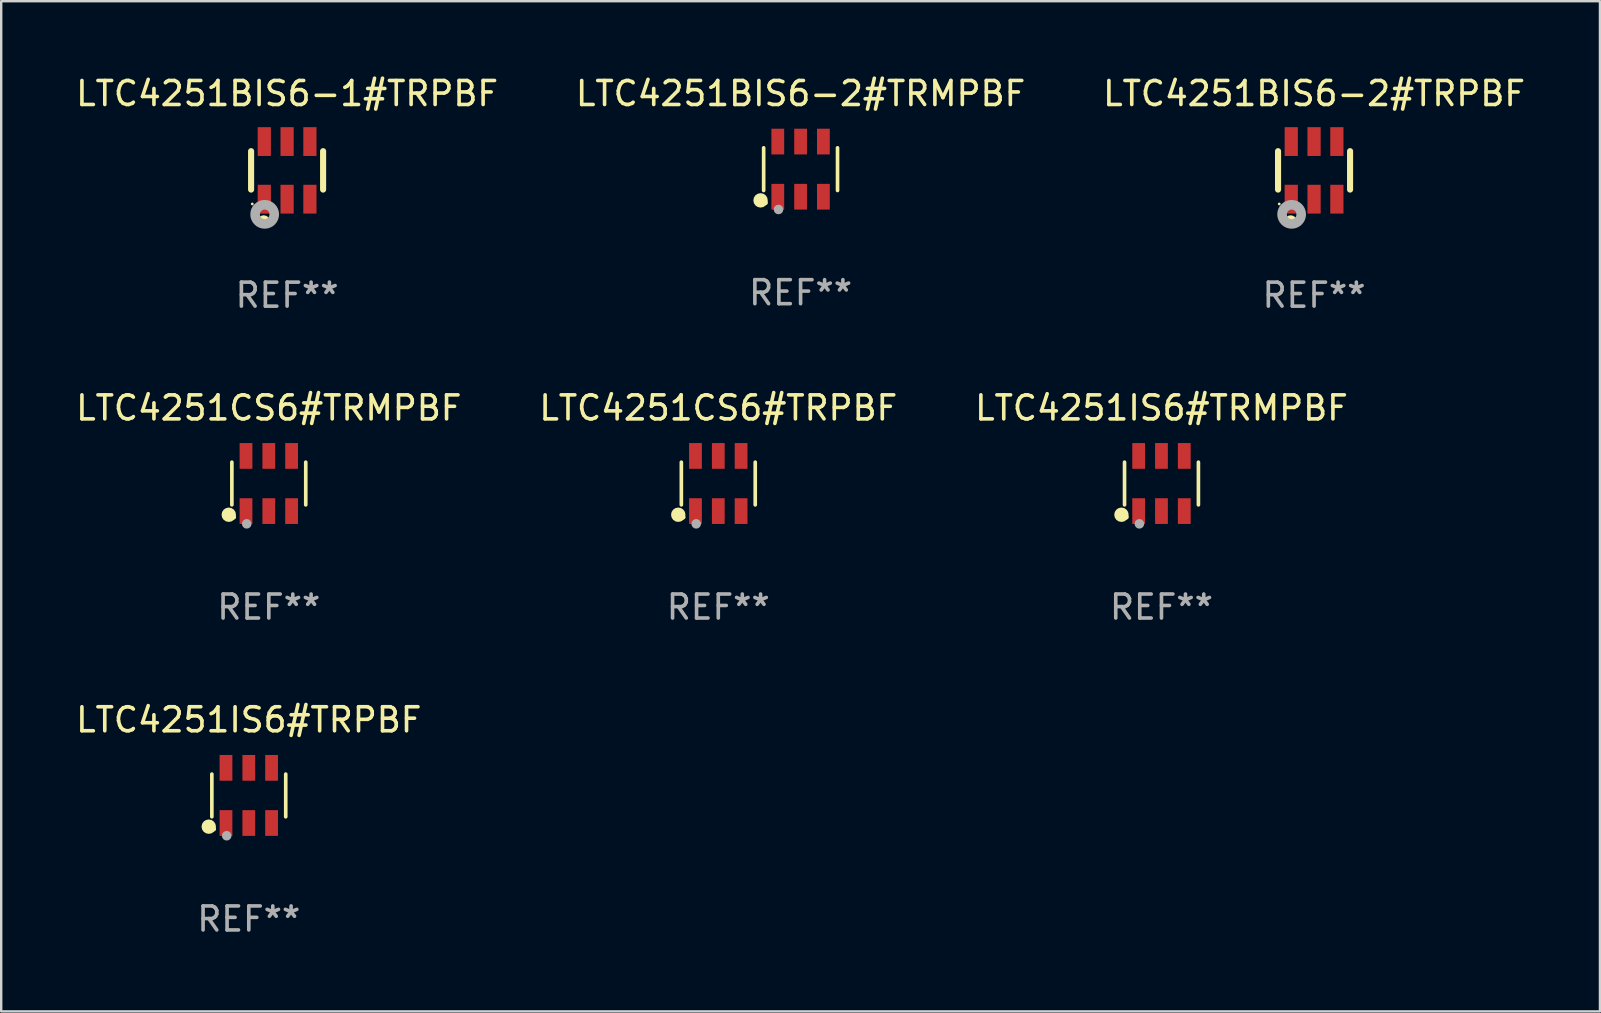
<source format=kicad_pcb>
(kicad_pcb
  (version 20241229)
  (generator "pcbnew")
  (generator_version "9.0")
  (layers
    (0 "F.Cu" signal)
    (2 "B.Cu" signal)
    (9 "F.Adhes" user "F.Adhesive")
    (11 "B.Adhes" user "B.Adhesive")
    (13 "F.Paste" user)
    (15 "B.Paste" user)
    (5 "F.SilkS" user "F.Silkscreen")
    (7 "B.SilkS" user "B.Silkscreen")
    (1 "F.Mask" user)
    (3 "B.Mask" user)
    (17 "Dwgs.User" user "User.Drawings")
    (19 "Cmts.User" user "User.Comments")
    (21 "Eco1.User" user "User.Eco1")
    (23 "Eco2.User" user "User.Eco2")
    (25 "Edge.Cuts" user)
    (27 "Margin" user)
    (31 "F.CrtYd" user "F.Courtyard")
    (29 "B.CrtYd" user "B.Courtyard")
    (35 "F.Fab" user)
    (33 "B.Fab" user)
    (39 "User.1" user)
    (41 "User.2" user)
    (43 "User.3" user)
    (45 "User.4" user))
  (footprint "LTC4251BIS6-2#TRMPBF"
    (layer "F.Cu")
    (at 30.304 3.997)
    (property "Reference" "LTC4251BIS6-2#TRMPBF" (at 0 -3.149 0) (layer "F.SilkS") (effects (font (size 1 1) (thickness 0.15))))
    (attr through_hole)
    (fp_line (start -1.539 0.889) (end -1.539 -0.889) (stroke (width 0.152) (type solid)) (layer "F.SilkS"))
    (fp_line (start 1.539 0.889) (end 1.539 -0.889) (stroke (width 0.152) (type solid)) (layer "F.SilkS"))
    (fp_circle (center -1.668 1.301) (end -1.518 1.301) (stroke (width 0.3) (type solid)) (fill no) (layer "F.SilkS"))
    (fp_circle (center -1.463 1.4) (end -1.413 1.4) (stroke (width 0.1) (type solid)) (fill no) (layer "F.SilkS"))
    (fp_circle (center -0.92 1.68) (end -0.82 1.68) (stroke (width 0.2) (type solid)) (fill no) (layer "F.Fab"))
    (fp_text user "REF**" (at 0 5.149 0) (layer "F.Fab") (effects (font (size 1 1) (thickness 0.15))))
    (pad "1" smd rect (at -0.95 1.149) (size 0.532 1.072) (layers "F.Cu" "F.Mask" "F.Paste"))
    (pad "2" smd rect (at 0 1.149) (size 0.532 1.072) (layers "F.Cu" "F.Mask" "F.Paste"))
    (pad "3" smd rect (at 0.95 1.149) (size 0.532 1.072) (layers "F.Cu" "F.Mask" "F.Paste"))
    (pad "4" smd rect (at 0.95 -1.149) (size 0.532 1.072) (layers "F.Cu" "F.Mask" "F.Paste"))
    (pad "5" smd rect (at 0 -1.149) (size 0.532 1.072) (layers "F.Cu" "F.Mask" "F.Paste"))
    (pad "6" smd rect (at -0.95 -1.149) (size 0.532 1.072) (layers "F.Cu" "F.Mask" "F.Paste")))
  (footprint "LTC4251BIS6-1#TRPBF"
    (layer "F.Cu")
    (at 8.911 4.048)
    (property "Reference" "LTC4251BIS6-1#TRPBF" (at 0 -3.2 0) (layer "F.SilkS") (effects (font (size 1 1) (thickness 0.15))))
    (attr through_hole)
    (fp_line (start -1.5 0.8) (end -1.5 -0.8) (stroke (width 0.254) (type solid)) (layer "F.SilkS"))
    (fp_line (start 1.5 -0.8) (end 1.5 0.8) (stroke (width 0.254) (type solid)) (layer "F.SilkS"))
    (fp_circle (center -1.45 1.4) (end -1.42 1.4) (stroke (width 0.06) (type solid)) (fill no) (layer "F.SilkS"))
    (fp_circle (center -0.975 2.125) (end -0.848 2.125) (stroke (width 0.254) (type solid)) (fill no) (layer "F.SilkS"))
    (fp_circle (center -0.934 1.832) (end -0.735 1.832) (stroke (width 0.4) (type solid)) (fill no) (layer "F.Fab"))
    (fp_text user "REF**" (at 0 5.2 0) (layer "F.Fab") (effects (font (size 1 1) (thickness 0.15))))
    (pad "1" smd rect (at -0.95 1.2) (size 0.55 1.2) (layers "F.Cu" "F.Mask" "F.Paste"))
    (pad "2" smd rect (at 0 1.2) (size 0.55 1.2) (layers "F.Cu" "F.Mask" "F.Paste"))
    (pad "3" smd rect (at 0.95 1.2) (size 0.55 1.2) (layers "F.Cu" "F.Mask" "F.Paste"))
    (pad "4" smd rect (at 0.95 -1.2) (size 0.55 1.2) (layers "F.Cu" "F.Mask" "F.Paste"))
    (pad "5" smd rect (at 0 -1.2) (size 0.55 1.2) (layers "F.Cu" "F.Mask" "F.Paste"))
    (pad "6" smd rect (at -0.95 -1.2) (size 0.55 1.2) (layers "F.Cu" "F.Mask" "F.Paste")))
  (footprint "LTC4251CS6#TRPBF"
    (layer "F.Cu")
    (at 26.875 17.094)
    (property "Reference" "LTC4251CS6#TRPBF" (at 0 -3.149 0) (layer "F.SilkS") (effects (font (size 1 1) (thickness 0.15))))
    (attr through_hole)
    (fp_line (start -1.539 0.889) (end -1.539 -0.889) (stroke (width 0.152) (type solid)) (layer "F.SilkS"))
    (fp_line (start 1.539 0.889) (end 1.539 -0.889) (stroke (width 0.152) (type solid)) (layer "F.SilkS"))
    (fp_circle (center -1.668 1.301) (end -1.518 1.301) (stroke (width 0.3) (type solid)) (fill no) (layer "F.SilkS"))
    (fp_circle (center -1.463 1.4) (end -1.413 1.4) (stroke (width 0.1) (type solid)) (fill no) (layer "F.SilkS"))
    (fp_circle (center -0.92 1.68) (end -0.82 1.68) (stroke (width 0.2) (type solid)) (fill no) (layer "F.Fab"))
    (fp_text user "REF**" (at 0 5.149 0) (layer "F.Fab") (effects (font (size 1 1) (thickness 0.15))))
    (pad "1" smd rect (at -0.95 1.149) (size 0.532 1.072) (layers "F.Cu" "F.Mask" "F.Paste"))
    (pad "2" smd rect (at 0 1.149) (size 0.532 1.072) (layers "F.Cu" "F.Mask" "F.Paste"))
    (pad "3" smd rect (at 0.95 1.149) (size 0.532 1.072) (layers "F.Cu" "F.Mask" "F.Paste"))
    (pad "4" smd rect (at 0.95 -1.149) (size 0.532 1.072) (layers "F.Cu" "F.Mask" "F.Paste"))
    (pad "5" smd rect (at 0 -1.149) (size 0.532 1.072) (layers "F.Cu" "F.Mask" "F.Paste"))
    (pad "6" smd rect (at -0.95 -1.149) (size 0.532 1.072) (layers "F.Cu" "F.Mask" "F.Paste")))
  (footprint "LTC4251BIS6-2#TRPBF"
    (layer "F.Cu")
    (at 51.696 4.048)
    (property "Reference" "LTC4251BIS6-2#TRPBF" (at 0 -3.2 0) (layer "F.SilkS") (effects (font (size 1 1) (thickness 0.15))))
    (attr through_hole)
    (fp_line (start -1.5 0.8) (end -1.5 -0.8) (stroke (width 0.254) (type solid)) (layer "F.SilkS"))
    (fp_line (start 1.5 -0.8) (end 1.5 0.8) (stroke (width 0.254) (type solid)) (layer "F.SilkS"))
    (fp_circle (center -1.45 1.4) (end -1.42 1.4) (stroke (width 0.06) (type solid)) (fill no) (layer "F.SilkS"))
    (fp_circle (center -0.975 2.125) (end -0.848 2.125) (stroke (width 0.254) (type solid)) (fill no) (layer "F.SilkS"))
    (fp_circle (center -0.934 1.832) (end -0.735 1.832) (stroke (width 0.4) (type solid)) (fill no) (layer "F.Fab"))
    (fp_text user "REF**" (at 0 5.2 0) (layer "F.Fab") (effects (font (size 1 1) (thickness 0.15))))
    (pad "1" smd rect (at -0.95 1.2) (size 0.55 1.2) (layers "F.Cu" "F.Mask" "F.Paste"))
    (pad "2" smd rect (at 0 1.2) (size 0.55 1.2) (layers "F.Cu" "F.Mask" "F.Paste"))
    (pad "3" smd rect (at 0.95 1.2) (size 0.55 1.2) (layers "F.Cu" "F.Mask" "F.Paste"))
    (pad "4" smd rect (at 0.95 -1.2) (size 0.55 1.2) (layers "F.Cu" "F.Mask" "F.Paste"))
    (pad "5" smd rect (at 0 -1.2) (size 0.55 1.2) (layers "F.Cu" "F.Mask" "F.Paste"))
    (pad "6" smd rect (at -0.95 -1.2) (size 0.55 1.2) (layers "F.Cu" "F.Mask" "F.Paste")))
  (footprint "LTC4251IS6#TRMPBF"
    (layer "F.Cu")
    (at 45.339 17.094)
    (property "Reference" "LTC4251IS6#TRMPBF" (at 0 -3.149 0) (layer "F.SilkS") (effects (font (size 1 1) (thickness 0.15))))
    (attr through_hole)
    (fp_line (start -1.539 0.889) (end -1.539 -0.889) (stroke (width 0.152) (type solid)) (layer "F.SilkS"))
    (fp_line (start 1.539 0.889) (end 1.539 -0.889) (stroke (width 0.152) (type solid)) (layer "F.SilkS"))
    (fp_circle (center -1.668 1.301) (end -1.518 1.301) (stroke (width 0.3) (type solid)) (fill no) (layer "F.SilkS"))
    (fp_circle (center -1.463 1.4) (end -1.413 1.4) (stroke (width 0.1) (type solid)) (fill no) (layer "F.SilkS"))
    (fp_circle (center -0.92 1.68) (end -0.82 1.68) (stroke (width 0.2) (type solid)) (fill no) (layer "F.Fab"))
    (fp_text user "REF**" (at 0 5.149 0) (layer "F.Fab") (effects (font (size 1 1) (thickness 0.15))))
    (pad "1" smd rect (at -0.95 1.149) (size 0.532 1.072) (layers "F.Cu" "F.Mask" "F.Paste"))
    (pad "2" smd rect (at 0 1.149) (size 0.532 1.072) (layers "F.Cu" "F.Mask" "F.Paste"))
    (pad "3" smd rect (at 0.95 1.149) (size 0.532 1.072) (layers "F.Cu" "F.Mask" "F.Paste"))
    (pad "4" smd rect (at 0.95 -1.149) (size 0.532 1.072) (layers "F.Cu" "F.Mask" "F.Paste"))
    (pad "5" smd rect (at 0 -1.149) (size 0.532 1.072) (layers "F.Cu" "F.Mask" "F.Paste"))
    (pad "6" smd rect (at -0.95 -1.149) (size 0.532 1.072) (layers "F.Cu" "F.Mask" "F.Paste")))
  (footprint "LTC4251CS6#TRMPBF"
    (layer "F.Cu")
    (at 8.149 17.094)
    (property "Reference" "LTC4251CS6#TRMPBF" (at 0 -3.149 0) (layer "F.SilkS") (effects (font (size 1 1) (thickness 0.15))))
    (attr through_hole)
    (fp_line (start -1.539 0.889) (end -1.539 -0.889) (stroke (width 0.152) (type solid)) (layer "F.SilkS"))
    (fp_line (start 1.539 0.889) (end 1.539 -0.889) (stroke (width 0.152) (type solid)) (layer "F.SilkS"))
    (fp_circle (center -1.668 1.301) (end -1.518 1.301) (stroke (width 0.3) (type solid)) (fill no) (layer "F.SilkS"))
    (fp_circle (center -1.463 1.4) (end -1.413 1.4) (stroke (width 0.1) (type solid)) (fill no) (layer "F.SilkS"))
    (fp_circle (center -0.92 1.68) (end -0.82 1.68) (stroke (width 0.2) (type solid)) (fill no) (layer "F.Fab"))
    (fp_text user "REF**" (at 0 5.149 0) (layer "F.Fab") (effects (font (size 1 1) (thickness 0.15))))
    (pad "1" smd rect (at -0.95 1.149) (size 0.532 1.072) (layers "F.Cu" "F.Mask" "F.Paste"))
    (pad "2" smd rect (at 0 1.149) (size 0.532 1.072) (layers "F.Cu" "F.Mask" "F.Paste"))
    (pad "3" smd rect (at 0.95 1.149) (size 0.532 1.072) (layers "F.Cu" "F.Mask" "F.Paste"))
    (pad "4" smd rect (at 0.95 -1.149) (size 0.532 1.072) (layers "F.Cu" "F.Mask" "F.Paste"))
    (pad "5" smd rect (at 0 -1.149) (size 0.532 1.072) (layers "F.Cu" "F.Mask" "F.Paste"))
    (pad "6" smd rect (at -0.95 -1.149) (size 0.532 1.072) (layers "F.Cu" "F.Mask" "F.Paste")))
  (footprint "LTC4251IS6#TRPBF"
    (layer "F.Cu")
    (at 7.315 30.089)
    (property "Reference" "LTC4251IS6#TRPBF" (at 0 -3.149 0) (layer "F.SilkS") (effects (font (size 1 1) (thickness 0.15))))
    (attr through_hole)
    (fp_line (start -1.539 0.889) (end -1.539 -0.889) (stroke (width 0.152) (type solid)) (layer "F.SilkS"))
    (fp_line (start 1.539 0.889) (end 1.539 -0.889) (stroke (width 0.152) (type solid)) (layer "F.SilkS"))
    (fp_circle (center -1.668 1.301) (end -1.518 1.301) (stroke (width 0.3) (type solid)) (fill no) (layer "F.SilkS"))
    (fp_circle (center -1.463 1.4) (end -1.413 1.4) (stroke (width 0.1) (type solid)) (fill no) (layer "F.SilkS"))
    (fp_circle (center -0.92 1.68) (end -0.82 1.68) (stroke (width 0.2) (type solid)) (fill no) (layer "F.Fab"))
    (fp_text user "REF**" (at 0 5.149 0) (layer "F.Fab") (effects (font (size 1 1) (thickness 0.15))))
    (pad "1" smd rect (at -0.95 1.149) (size 0.532 1.072) (layers "F.Cu" "F.Mask" "F.Paste"))
    (pad "2" smd rect (at 0 1.149) (size 0.532 1.072) (layers "F.Cu" "F.Mask" "F.Paste"))
    (pad "3" smd rect (at 0.95 1.149) (size 0.532 1.072) (layers "F.Cu" "F.Mask" "F.Paste"))
    (pad "4" smd rect (at 0.95 -1.149) (size 0.532 1.072) (layers "F.Cu" "F.Mask" "F.Paste"))
    (pad "5" smd rect (at 0 -1.149) (size 0.532 1.072) (layers "F.Cu" "F.Mask" "F.Paste"))
    (pad "6" smd rect (at -0.95 -1.149) (size 0.532 1.072) (layers "F.Cu" "F.Mask" "F.Paste")))
  (gr_rect
    (start -3 -3)
    (end 63.607 39.086)
    (stroke (width 0.1) (type default))
    (fill no)
    (layer "Edge.Cuts")))
</source>
